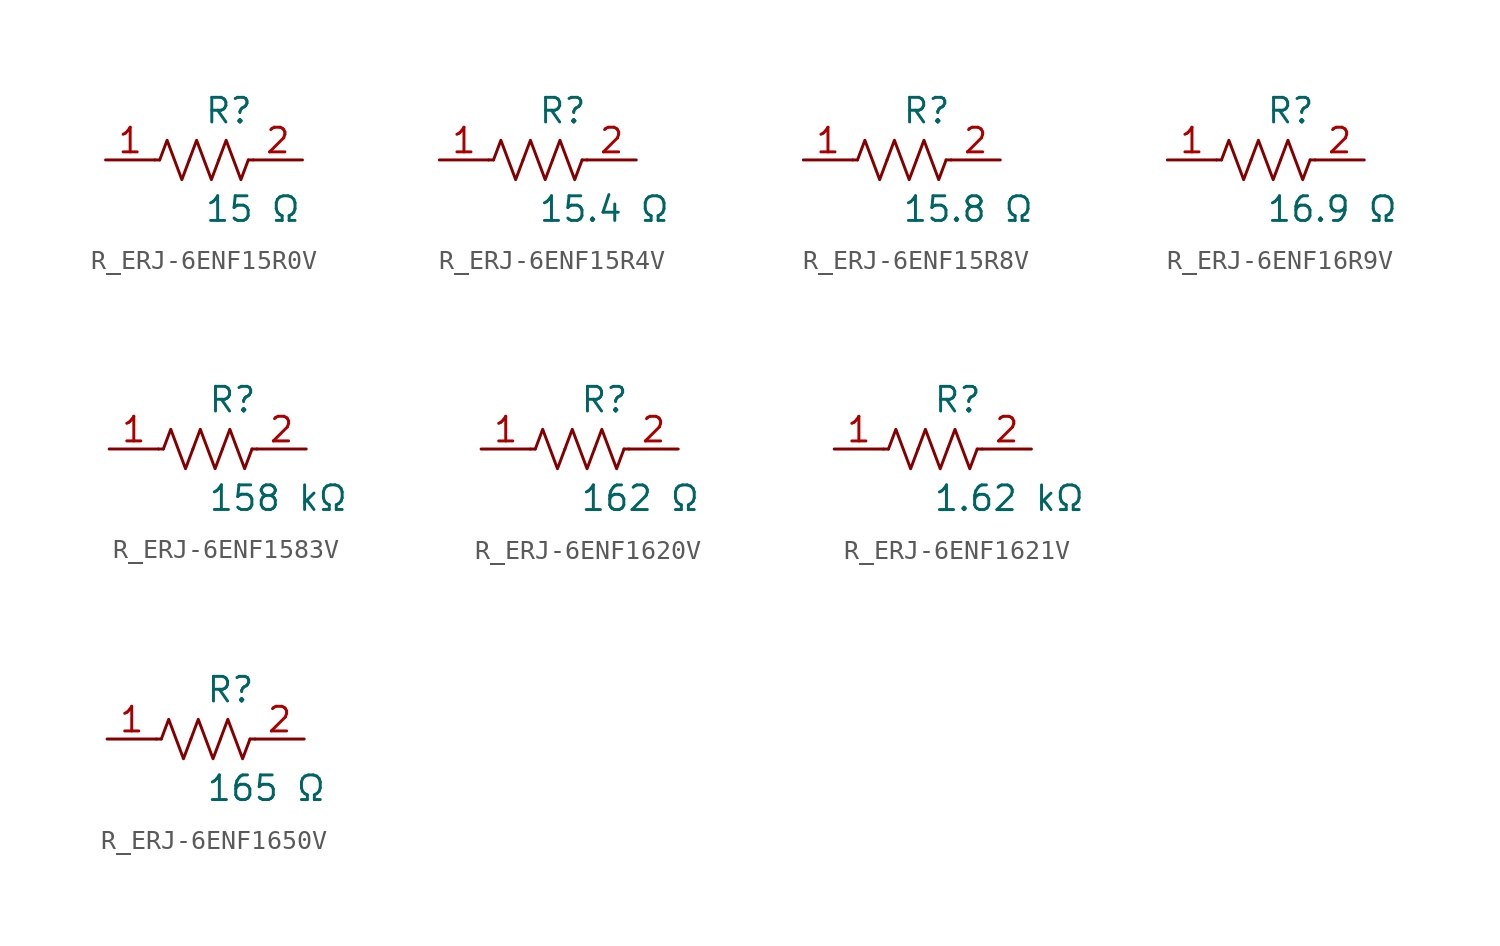
<source format=kicad_sym>
(kicad_symbol_lib
  (version 20231120)
  (generator kicad_symbol_editor)
  (generator_version 8.0)
  (symbol "R_ERJ-6ENF15R0V"
    (pin_names
      (offset 0.254))
    (property "Reference" "R"
      (at 0.0 2.54 0)
      (effects (font (size 1.27 1.27)) (justify left)))
    (property "Value" "15 Ω"
      (at 0.0 -2.54 0)
      (effects (font (size 1.27 1.27)) (justify left)))
    (symbol "R_ERJ-6ENF15R0V_0_1"
      (polyline (pts (xy 2.286 0) (xy 2.54 0)) (stroke (width 0) (type default)) (fill (type none)))
      (polyline (pts (xy -2.286 0) (xy -2.54 0)) (stroke (width 0) (type default)) (fill (type none)))
      (polyline (pts (xy 0.762 0) (xy 1.143 1.016) (xy 1.524 0) (xy 1.905 -1.016) (xy 2.286 0)) (stroke (width 0) (type default)) (fill (type none)))
      (polyline (pts (xy -0.762 0) (xy -0.381 1.016) (xy 0 0) (xy 0.381 -1.016) (xy 0.762 0)) (stroke (width 0) (type default)) (fill (type none)))
      (polyline (pts (xy -2.286 0) (xy -1.905 1.016) (xy -1.524 0) (xy -1.143 -1.016) (xy -0.762 0)) (stroke (width 0) (type default)) (fill (type none))))
    (pin unspecified line
      (at -5.08 0 0)
      (length 2.54)
      (name "" (effects (font (size 1.27 1.27))))
      (number "1" (effects (font (size 1.27 1.27)))))
    (pin unspecified line
      (at 5.08 0 180)
      (length 2.54)
      (name "" (effects (font (size 1.27 1.27))))
      (number "2" (effects (font (size 1.27 1.27))))))
  (symbol "R_ERJ-6ENF15R4V"
    (pin_names
      (offset 0.254))
    (property "Reference" "R"
      (at 0.0 2.54 0)
      (effects (font (size 1.27 1.27)) (justify left)))
    (property "Value" "15.4 Ω"
      (at 0.0 -2.54 0)
      (effects (font (size 1.27 1.27)) (justify left)))
    (symbol "R_ERJ-6ENF15R4V_0_1"
      (polyline (pts (xy 2.286 0) (xy 2.54 0)) (stroke (width 0) (type default)) (fill (type none)))
      (polyline (pts (xy -2.286 0) (xy -2.54 0)) (stroke (width 0) (type default)) (fill (type none)))
      (polyline (pts (xy 0.762 0) (xy 1.143 1.016) (xy 1.524 0) (xy 1.905 -1.016) (xy 2.286 0)) (stroke (width 0) (type default)) (fill (type none)))
      (polyline (pts (xy -0.762 0) (xy -0.381 1.016) (xy 0 0) (xy 0.381 -1.016) (xy 0.762 0)) (stroke (width 0) (type default)) (fill (type none)))
      (polyline (pts (xy -2.286 0) (xy -1.905 1.016) (xy -1.524 0) (xy -1.143 -1.016) (xy -0.762 0)) (stroke (width 0) (type default)) (fill (type none))))
    (pin unspecified line
      (at -5.08 0 0)
      (length 2.54)
      (name "" (effects (font (size 1.27 1.27))))
      (number "1" (effects (font (size 1.27 1.27)))))
    (pin unspecified line
      (at 5.08 0 180)
      (length 2.54)
      (name "" (effects (font (size 1.27 1.27))))
      (number "2" (effects (font (size 1.27 1.27))))))
  (symbol "R_ERJ-6ENF15R8V"
    (pin_names
      (offset 0.254))
    (property "Reference" "R"
      (at 0.0 2.54 0)
      (effects (font (size 1.27 1.27)) (justify left)))
    (property "Value" "15.8 Ω"
      (at 0.0 -2.54 0)
      (effects (font (size 1.27 1.27)) (justify left)))
    (symbol "R_ERJ-6ENF15R8V_0_1"
      (polyline (pts (xy 2.286 0) (xy 2.54 0)) (stroke (width 0) (type default)) (fill (type none)))
      (polyline (pts (xy -2.286 0) (xy -2.54 0)) (stroke (width 0) (type default)) (fill (type none)))
      (polyline (pts (xy 0.762 0) (xy 1.143 1.016) (xy 1.524 0) (xy 1.905 -1.016) (xy 2.286 0)) (stroke (width 0) (type default)) (fill (type none)))
      (polyline (pts (xy -0.762 0) (xy -0.381 1.016) (xy 0 0) (xy 0.381 -1.016) (xy 0.762 0)) (stroke (width 0) (type default)) (fill (type none)))
      (polyline (pts (xy -2.286 0) (xy -1.905 1.016) (xy -1.524 0) (xy -1.143 -1.016) (xy -0.762 0)) (stroke (width 0) (type default)) (fill (type none))))
    (pin unspecified line
      (at -5.08 0 0)
      (length 2.54)
      (name "" (effects (font (size 1.27 1.27))))
      (number "1" (effects (font (size 1.27 1.27)))))
    (pin unspecified line
      (at 5.08 0 180)
      (length 2.54)
      (name "" (effects (font (size 1.27 1.27))))
      (number "2" (effects (font (size 1.27 1.27))))))
  (symbol "R_ERJ-6ENF16R9V"
    (pin_names
      (offset 0.254))
    (property "Reference" "R"
      (at 0.0 2.54 0)
      (effects (font (size 1.27 1.27)) (justify left)))
    (property "Value" "16.9 Ω"
      (at 0.0 -2.54 0)
      (effects (font (size 1.27 1.27)) (justify left)))
    (symbol "R_ERJ-6ENF16R9V_0_1"
      (polyline (pts (xy 2.286 0) (xy 2.54 0)) (stroke (width 0) (type default)) (fill (type none)))
      (polyline (pts (xy -2.286 0) (xy -2.54 0)) (stroke (width 0) (type default)) (fill (type none)))
      (polyline (pts (xy 0.762 0) (xy 1.143 1.016) (xy 1.524 0) (xy 1.905 -1.016) (xy 2.286 0)) (stroke (width 0) (type default)) (fill (type none)))
      (polyline (pts (xy -0.762 0) (xy -0.381 1.016) (xy 0 0) (xy 0.381 -1.016) (xy 0.762 0)) (stroke (width 0) (type default)) (fill (type none)))
      (polyline (pts (xy -2.286 0) (xy -1.905 1.016) (xy -1.524 0) (xy -1.143 -1.016) (xy -0.762 0)) (stroke (width 0) (type default)) (fill (type none))))
    (pin unspecified line
      (at -5.08 0 0)
      (length 2.54)
      (name "" (effects (font (size 1.27 1.27))))
      (number "1" (effects (font (size 1.27 1.27)))))
    (pin unspecified line
      (at 5.08 0 180)
      (length 2.54)
      (name "" (effects (font (size 1.27 1.27))))
      (number "2" (effects (font (size 1.27 1.27))))))
  (symbol "R_ERJ-6ENF1583V"
    (pin_names
      (offset 0.254))
    (property "Reference" "R"
      (at 0.0 2.54 0)
      (effects (font (size 1.27 1.27)) (justify left)))
    (property "Value" "158 kΩ"
      (at 0.0 -2.54 0)
      (effects (font (size 1.27 1.27)) (justify left)))
    (symbol "R_ERJ-6ENF1583V_0_1"
      (polyline (pts (xy 2.286 0) (xy 2.54 0)) (stroke (width 0) (type default)) (fill (type none)))
      (polyline (pts (xy -2.286 0) (xy -2.54 0)) (stroke (width 0) (type default)) (fill (type none)))
      (polyline (pts (xy 0.762 0) (xy 1.143 1.016) (xy 1.524 0) (xy 1.905 -1.016) (xy 2.286 0)) (stroke (width 0) (type default)) (fill (type none)))
      (polyline (pts (xy -0.762 0) (xy -0.381 1.016) (xy 0 0) (xy 0.381 -1.016) (xy 0.762 0)) (stroke (width 0) (type default)) (fill (type none)))
      (polyline (pts (xy -2.286 0) (xy -1.905 1.016) (xy -1.524 0) (xy -1.143 -1.016) (xy -0.762 0)) (stroke (width 0) (type default)) (fill (type none))))
    (pin unspecified line
      (at -5.08 0 0)
      (length 2.54)
      (name "" (effects (font (size 1.27 1.27))))
      (number "1" (effects (font (size 1.27 1.27)))))
    (pin unspecified line
      (at 5.08 0 180)
      (length 2.54)
      (name "" (effects (font (size 1.27 1.27))))
      (number "2" (effects (font (size 1.27 1.27))))))
  (symbol "R_ERJ-6ENF1620V"
    (pin_names
      (offset 0.254))
    (property "Reference" "R"
      (at 0.0 2.54 0)
      (effects (font (size 1.27 1.27)) (justify left)))
    (property "Value" "162 Ω"
      (at 0.0 -2.54 0)
      (effects (font (size 1.27 1.27)) (justify left)))
    (symbol "R_ERJ-6ENF1620V_0_1"
      (polyline (pts (xy 2.286 0) (xy 2.54 0)) (stroke (width 0) (type default)) (fill (type none)))
      (polyline (pts (xy -2.286 0) (xy -2.54 0)) (stroke (width 0) (type default)) (fill (type none)))
      (polyline (pts (xy 0.762 0) (xy 1.143 1.016) (xy 1.524 0) (xy 1.905 -1.016) (xy 2.286 0)) (stroke (width 0) (type default)) (fill (type none)))
      (polyline (pts (xy -0.762 0) (xy -0.381 1.016) (xy 0 0) (xy 0.381 -1.016) (xy 0.762 0)) (stroke (width 0) (type default)) (fill (type none)))
      (polyline (pts (xy -2.286 0) (xy -1.905 1.016) (xy -1.524 0) (xy -1.143 -1.016) (xy -0.762 0)) (stroke (width 0) (type default)) (fill (type none))))
    (pin unspecified line
      (at -5.08 0 0)
      (length 2.54)
      (name "" (effects (font (size 1.27 1.27))))
      (number "1" (effects (font (size 1.27 1.27)))))
    (pin unspecified line
      (at 5.08 0 180)
      (length 2.54)
      (name "" (effects (font (size 1.27 1.27))))
      (number "2" (effects (font (size 1.27 1.27))))))
  (symbol "R_ERJ-6ENF1621V"
    (pin_names
      (offset 0.254))
    (property "Reference" "R"
      (at 0.0 2.54 0)
      (effects (font (size 1.27 1.27)) (justify left)))
    (property "Value" "1.62 kΩ"
      (at 0.0 -2.54 0)
      (effects (font (size 1.27 1.27)) (justify left)))
    (symbol "R_ERJ-6ENF1621V_0_1"
      (polyline (pts (xy 2.286 0) (xy 2.54 0)) (stroke (width 0) (type default)) (fill (type none)))
      (polyline (pts (xy -2.286 0) (xy -2.54 0)) (stroke (width 0) (type default)) (fill (type none)))
      (polyline (pts (xy 0.762 0) (xy 1.143 1.016) (xy 1.524 0) (xy 1.905 -1.016) (xy 2.286 0)) (stroke (width 0) (type default)) (fill (type none)))
      (polyline (pts (xy -0.762 0) (xy -0.381 1.016) (xy 0 0) (xy 0.381 -1.016) (xy 0.762 0)) (stroke (width 0) (type default)) (fill (type none)))
      (polyline (pts (xy -2.286 0) (xy -1.905 1.016) (xy -1.524 0) (xy -1.143 -1.016) (xy -0.762 0)) (stroke (width 0) (type default)) (fill (type none))))
    (pin unspecified line
      (at -5.08 0 0)
      (length 2.54)
      (name "" (effects (font (size 1.27 1.27))))
      (number "1" (effects (font (size 1.27 1.27)))))
    (pin unspecified line
      (at 5.08 0 180)
      (length 2.54)
      (name "" (effects (font (size 1.27 1.27))))
      (number "2" (effects (font (size 1.27 1.27))))))
  (symbol "R_ERJ-6ENF1650V"
    (pin_names
      (offset 0.254))
    (property "Reference" "R"
      (at 0.0 2.54 0)
      (effects (font (size 1.27 1.27)) (justify left)))
    (property "Value" "165 Ω"
      (at 0.0 -2.54 0)
      (effects (font (size 1.27 1.27)) (justify left)))
    (symbol "R_ERJ-6ENF1650V_0_1"
      (polyline (pts (xy 2.286 0) (xy 2.54 0)) (stroke (width 0) (type default)) (fill (type none)))
      (polyline (pts (xy -2.286 0) (xy -2.54 0)) (stroke (width 0) (type default)) (fill (type none)))
      (polyline (pts (xy 0.762 0) (xy 1.143 1.016) (xy 1.524 0) (xy 1.905 -1.016) (xy 2.286 0)) (stroke (width 0) (type default)) (fill (type none)))
      (polyline (pts (xy -0.762 0) (xy -0.381 1.016) (xy 0 0) (xy 0.381 -1.016) (xy 0.762 0)) (stroke (width 0) (type default)) (fill (type none)))
      (polyline (pts (xy -2.286 0) (xy -1.905 1.016) (xy -1.524 0) (xy -1.143 -1.016) (xy -0.762 0)) (stroke (width 0) (type default)) (fill (type none))))
    (pin unspecified line
      (at -5.08 0 0)
      (length 2.54)
      (name "" (effects (font (size 1.27 1.27))))
      (number "1" (effects (font (size 1.27 1.27)))))
    (pin unspecified line
      (at 5.08 0 180)
      (length 2.54)
      (name "" (effects (font (size 1.27 1.27))))
      (number "2" (effects (font (size 1.27 1.27)))))))
</source>
